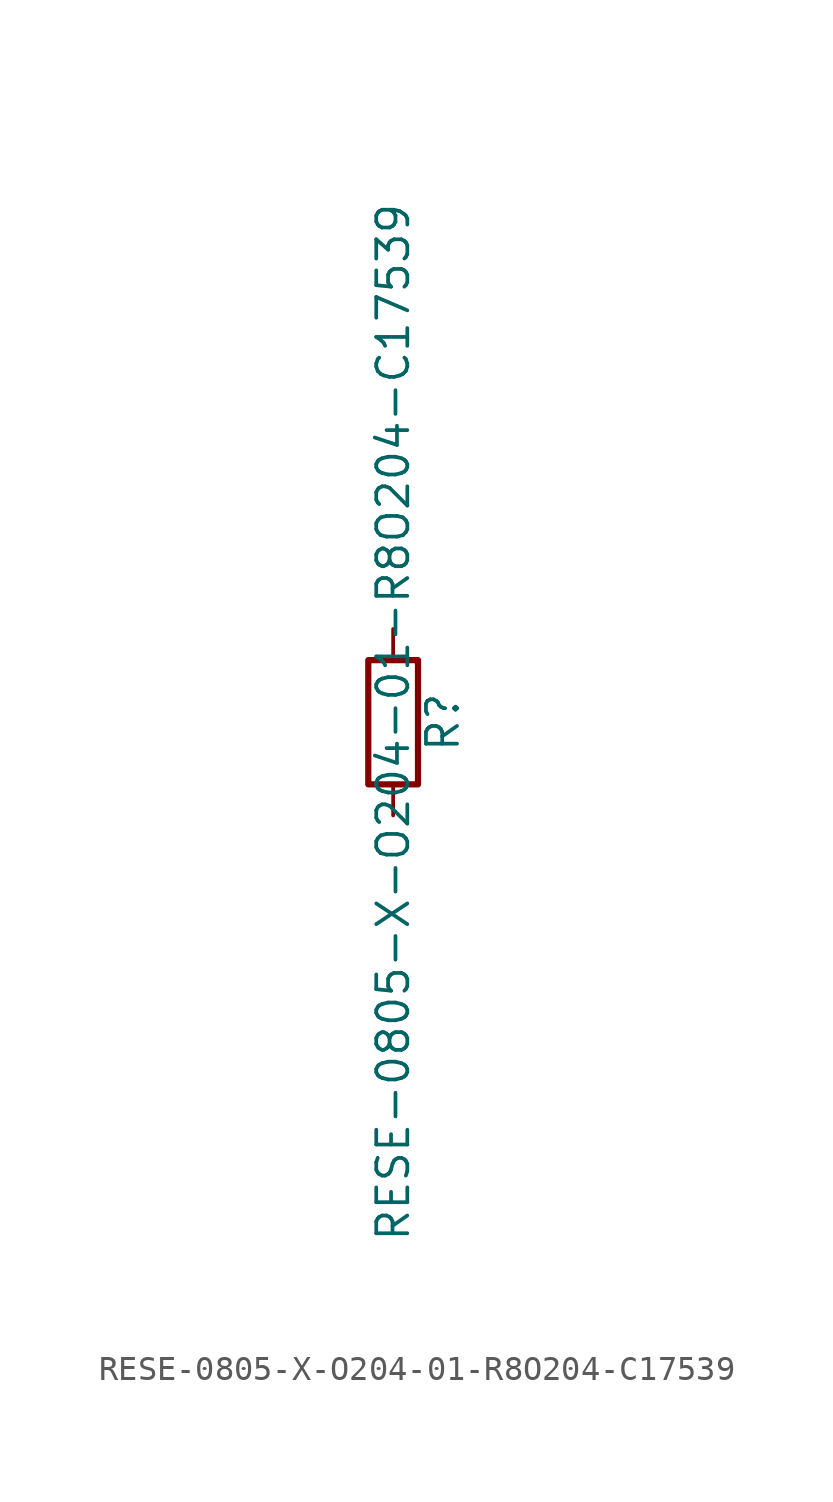
<source format=kicad_sym>
(kicad_symbol_lib
  (version 20211014)
  (generator kicad_symbol_editor)
  (symbol "RESE-0805-X-O204-01-R8O204-C17539"
    (pin_numbers hide)
    (pin_names
      (offset 0))
    (property "Reference" "R"
      (at 2.032 0 90)
      (effects (font (size 1.27 1.27))))
    (property "Value" "RESE-0805-X-O204-01-R8O204-C17539"
      (at 0 0 90)
      (effects (font (size 1.27 1.27))))
    (symbol "RESE-0805-X-O204-01-R8O204-C17539_0_1"
      (rectangle (start -1.016 -2.54) (end 1.016 2.54) (stroke (width 0.254) (type default) (color 0 0 0 0)) (fill (type none))))
    (symbol "RESE-0805-X-O204-01-R8O204-C17539_1_1"
      (pin passive line (at 0 3.81 270) (length 1.27) (name "~" (effects (font (size 1.27 1.27)))) (number "1" (effects (font (size 1.27 1.27)))))
      (pin passive line (at 0 -3.81 90) (length 1.27) (name "~" (effects (font (size 1.27 1.27)))) (number "2" (effects (font (size 1.27 1.27))))))))
</source>
